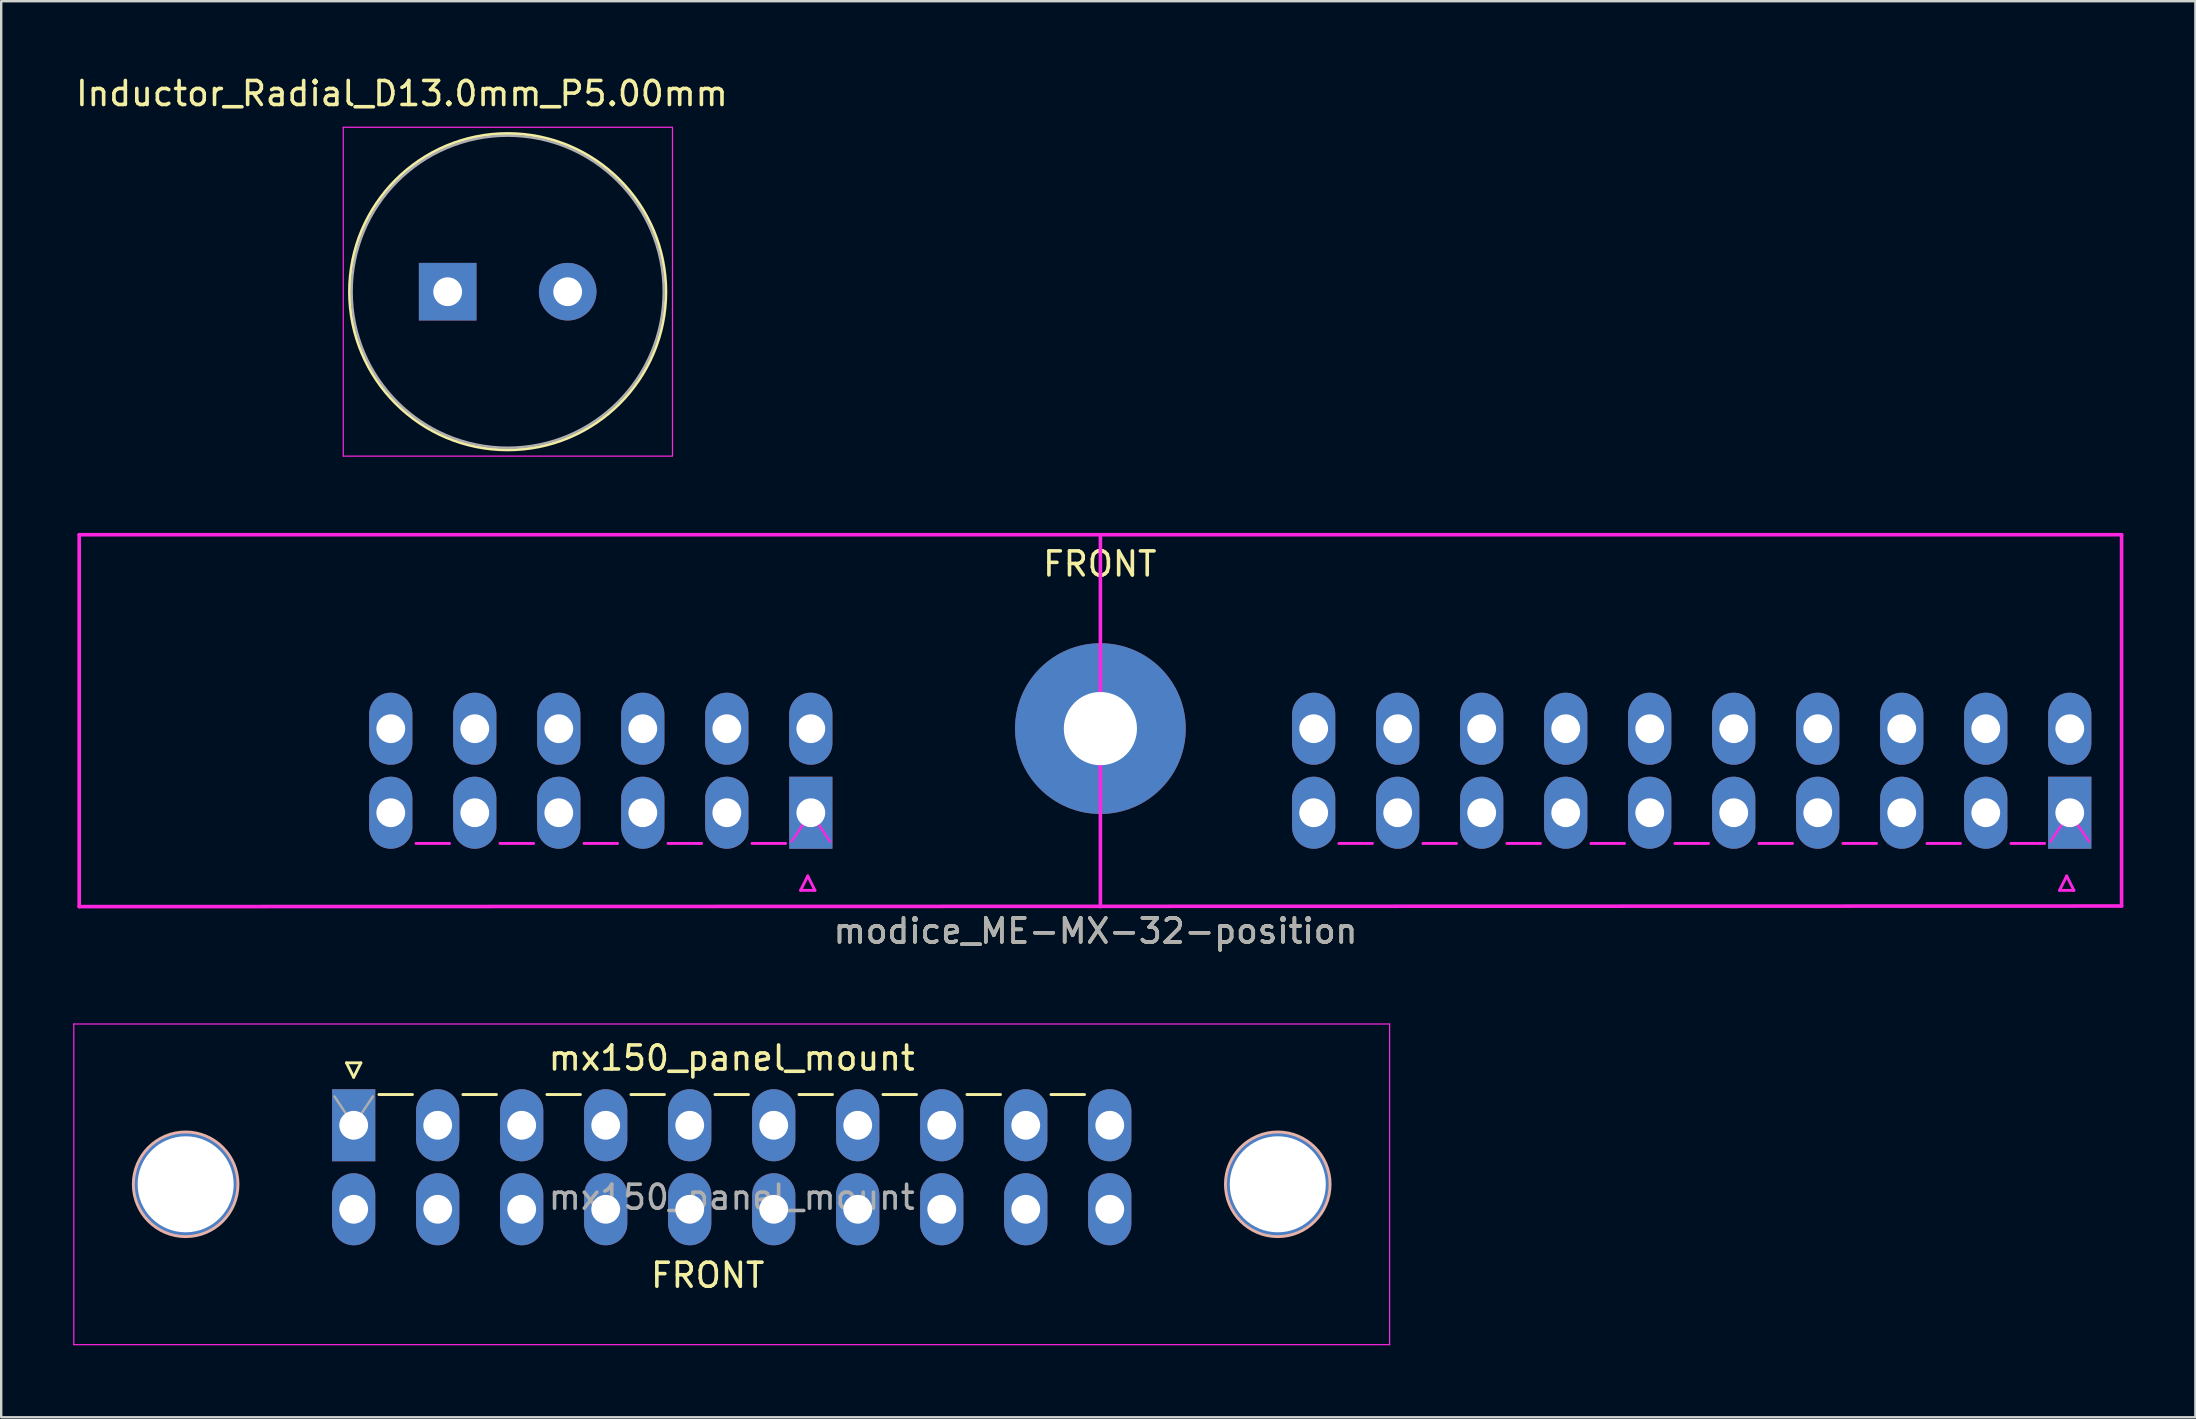
<source format=kicad_pcb>
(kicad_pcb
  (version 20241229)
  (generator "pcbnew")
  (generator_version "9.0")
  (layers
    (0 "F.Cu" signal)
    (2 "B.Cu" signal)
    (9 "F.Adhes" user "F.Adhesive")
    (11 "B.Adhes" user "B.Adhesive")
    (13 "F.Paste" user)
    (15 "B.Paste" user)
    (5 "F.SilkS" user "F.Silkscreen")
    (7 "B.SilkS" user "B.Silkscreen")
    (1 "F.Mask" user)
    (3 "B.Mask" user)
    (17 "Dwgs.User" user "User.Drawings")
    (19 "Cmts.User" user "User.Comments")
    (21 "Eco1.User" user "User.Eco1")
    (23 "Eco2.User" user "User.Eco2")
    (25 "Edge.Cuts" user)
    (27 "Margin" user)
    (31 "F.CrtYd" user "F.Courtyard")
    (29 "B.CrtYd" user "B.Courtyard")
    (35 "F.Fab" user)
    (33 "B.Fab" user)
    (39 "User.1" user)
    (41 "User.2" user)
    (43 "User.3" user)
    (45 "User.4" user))
  (footprint "Inductor_Radial_D13.0mm_P5.00mm"
    (layer "F.Cu")
    (at 15.601 9.103)
    (property "Reference" "Inductor_Radial_D13.0mm_P5.00mm" (at -1.905 -8.255 0) (layer "F.SilkS") (effects (font (size 1 1) (thickness 0.15))))
    (attr through_hole)
    (fp_circle (center 2.5 0) (end 9.09 0) (stroke (width 0.12) (type solid)) (fill no) (layer "F.SilkS"))
    (fp_line (start -4.35 -6.85) (end -4.35 6.85) (stroke (width 0.05) (type solid)) (layer "F.CrtYd"))
    (fp_line (start -4.35 6.85) (end 9.35 6.85) (stroke (width 0.05) (type solid)) (layer "F.CrtYd"))
    (fp_line (start 9.35 -6.85) (end -4.35 -6.85) (stroke (width 0.05) (type solid)) (layer "F.CrtYd"))
    (fp_line (start 9.366 -6.85) (end 9.366 6.85) (stroke (width 0.05) (type solid)) (layer "F.CrtYd"))
    (fp_circle (center 2.5 0) (end 9 0) (stroke (width 0.1) (type solid)) (fill no) (layer "F.Fab"))
    (pad "1" thru_hole rect (at 0 0) (size 2.4 2.4) (drill 1.2) (layers "*.Cu" "*.Mask"))
    (pad "2" thru_hole circle (at 5 0) (size 2.4 2.4) (drill 1.2) (layers "*.Cu" "*.Mask")))
  (footprint "modice_ME-MX-32-position"
    (layer "F.Cu")
    (at 0.25 19.228)
    (property "Reference" "modice_ME-MX-32-position" (at 42.342 16.51 180) (layer "F.SilkS") (effects (font (size 1 1) (thickness 0.15))))
    (attr through_hole)
    (fp_line (start 0 0) (end 85.09 0) (stroke (width 0.15) (type solid)) (layer "F.CrtYd"))
    (fp_line (start 0 15.494) (end 0 0) (stroke (width 0.15) (type solid)) (layer "F.CrtYd"))
    (fp_line (start 15.43 12.862) (end 14.03 12.862) (stroke (width 0.12) (type solid)) (layer "F.CrtYd"))
    (fp_line (start 18.93 12.862) (end 17.53 12.862) (stroke (width 0.12) (type solid)) (layer "F.CrtYd"))
    (fp_line (start 22.43 12.862) (end 21.03 12.862) (stroke (width 0.12) (type solid)) (layer "F.CrtYd"))
    (fp_line (start 25.93 12.862) (end 24.53 12.862) (stroke (width 0.12) (type solid)) (layer "F.CrtYd"))
    (fp_line (start 29.43 12.862) (end 28.03 12.862) (stroke (width 0.12) (type solid)) (layer "F.CrtYd"))
    (fp_line (start 29.68 12.782) (end 30.48 11.582) (stroke (width 0.1) (type solid)) (layer "F.CrtYd"))
    (fp_line (start 30.053 14.817) (end 30.353 14.217) (stroke (width 0.12) (type solid)) (layer "F.CrtYd"))
    (fp_line (start 30.353 14.217) (end 30.653 14.817) (stroke (width 0.12) (type solid)) (layer "F.CrtYd"))
    (fp_line (start 30.48 11.582) (end 31.28 12.782) (stroke (width 0.1) (type solid)) (layer "F.CrtYd"))
    (fp_line (start 30.653 14.817) (end 30.053 14.817) (stroke (width 0.12) (type solid)) (layer "F.CrtYd"))
    (fp_line (start 42.545 0) (end 42.545 15.494) (stroke (width 0.15) (type solid)) (layer "F.CrtYd"))
    (fp_line (start 53.881 12.862) (end 52.481 12.862) (stroke (width 0.12) (type solid)) (layer "F.CrtYd"))
    (fp_line (start 57.381 12.862) (end 55.981 12.862) (stroke (width 0.12) (type solid)) (layer "F.CrtYd"))
    (fp_line (start 60.881 12.862) (end 59.481 12.862) (stroke (width 0.12) (type solid)) (layer "F.CrtYd"))
    (fp_line (start 64.381 12.862) (end 62.981 12.862) (stroke (width 0.12) (type solid)) (layer "F.CrtYd"))
    (fp_line (start 67.881 12.862) (end 66.481 12.862) (stroke (width 0.12) (type solid)) (layer "F.CrtYd"))
    (fp_line (start 71.381 12.862) (end 69.981 12.862) (stroke (width 0.12) (type solid)) (layer "F.CrtYd"))
    (fp_line (start 74.881 12.862) (end 73.481 12.862) (stroke (width 0.12) (type solid)) (layer "F.CrtYd"))
    (fp_line (start 78.381 12.862) (end 76.981 12.862) (stroke (width 0.12) (type solid)) (layer "F.CrtYd"))
    (fp_line (start 81.881 12.862) (end 80.481 12.862) (stroke (width 0.12) (type solid)) (layer "F.CrtYd"))
    (fp_line (start 82.131 12.782) (end 82.931 11.582) (stroke (width 0.1) (type solid)) (layer "F.CrtYd"))
    (fp_line (start 82.504 14.817) (end 82.804 14.217) (stroke (width 0.12) (type solid)) (layer "F.CrtYd"))
    (fp_line (start 82.804 14.217) (end 83.104 14.817) (stroke (width 0.12) (type solid)) (layer "F.CrtYd"))
    (fp_line (start 82.931 11.582) (end 83.731 12.782) (stroke (width 0.1) (type solid)) (layer "F.CrtYd"))
    (fp_line (start 83.104 14.817) (end 82.504 14.817) (stroke (width 0.12) (type solid)) (layer "F.CrtYd"))
    (fp_line (start 85.09 0) (end 85.09 15.469) (stroke (width 0.15) (type solid)) (layer "F.CrtYd"))
    (fp_line (start 85.09 15.469) (end 0 15.494) (stroke (width 0.15) (type solid)) (layer "F.CrtYd"))
    (fp_text user "FRONT" (at 42.52 1.219 180) (layer "F.SilkS") (effects (font (size 1 1) (thickness 0.15))))
    (fp_text user "${REFERENCE}" (at 42.342 16.51 180) (layer "F.Fab") (effects (font (size 1 1) (thickness 0.15))))
    (pad "" thru_hole circle (at 42.545 8.077) (size 7.112 7.112) (drill 3.048) (layers "*.Cu" "*.Mask"))
    (pad "1" thru_hole rect (at 82.931 11.582 180) (size 1.8 3) (drill 1.2) (layers "*.Cu" "*.Mask"))
    (pad "2" thru_hole oval (at 79.431 11.582 180) (size 1.8 3) (drill 1.2) (layers "*.Cu" "*.Mask"))
    (pad "3" thru_hole oval (at 75.931 11.582 180) (size 1.8 3) (drill 1.2) (layers "*.Cu" "*.Mask"))
    (pad "4" thru_hole oval (at 72.431 11.582 180) (size 1.8 3) (drill 1.2) (layers "*.Cu" "*.Mask"))
    (pad "5" thru_hole oval (at 68.931 11.582 180) (size 1.8 3) (drill 1.2) (layers "*.Cu" "*.Mask"))
    (pad "6" thru_hole oval (at 65.431 11.582 180) (size 1.8 3) (drill 1.2) (layers "*.Cu" "*.Mask"))
    (pad "7" thru_hole oval (at 61.931 11.582 180) (size 1.8 3) (drill 1.2) (layers "*.Cu" "*.Mask"))
    (pad "8" thru_hole oval (at 58.431 11.582 180) (size 1.8 3) (drill 1.2) (layers "*.Cu" "*.Mask"))
    (pad "9" thru_hole oval (at 54.931 11.582 180) (size 1.8 3) (drill 1.2) (layers "*.Cu" "*.Mask"))
    (pad "10" thru_hole oval (at 51.431 11.582 180) (size 1.8 3) (drill 1.2) (layers "*.Cu" "*.Mask"))
    (pad "11" thru_hole oval (at 82.931 8.082 180) (size 1.8 3) (drill 1.2) (layers "*.Cu" "*.Mask"))
    (pad "12" thru_hole oval (at 79.431 8.082 180) (size 1.8 3) (drill 1.2) (layers "*.Cu" "*.Mask"))
    (pad "13" thru_hole oval (at 75.931 8.082 180) (size 1.8 3) (drill 1.2) (layers "*.Cu" "*.Mask"))
    (pad "14" thru_hole oval (at 72.431 8.082 180) (size 1.8 3) (drill 1.2) (layers "*.Cu" "*.Mask"))
    (pad "15" thru_hole oval (at 68.931 8.082 180) (size 1.8 3) (drill 1.2) (layers "*.Cu" "*.Mask"))
    (pad "16" thru_hole oval (at 65.431 8.082 180) (size 1.8 3) (drill 1.2) (layers "*.Cu" "*.Mask"))
    (pad "17" thru_hole oval (at 61.931 8.082 180) (size 1.8 3) (drill 1.2) (layers "*.Cu" "*.Mask"))
    (pad "18" thru_hole oval (at 58.431 8.082 180) (size 1.8 3) (drill 1.2) (layers "*.Cu" "*.Mask"))
    (pad "19" thru_hole oval (at 54.931 8.082 180) (size 1.8 3) (drill 1.2) (layers "*.Cu" "*.Mask"))
    (pad "20" thru_hole oval (at 51.431 8.082 180) (size 1.8 3) (drill 1.2) (layers "*.Cu" "*.Mask"))
    (pad "21" thru_hole rect (at 30.48 11.582 180) (size 1.8 3) (drill 1.2) (layers "*.Cu" "*.Mask"))
    (pad "22" thru_hole oval (at 26.98 11.582 180) (size 1.8 3) (drill 1.2) (layers "*.Cu" "*.Mask"))
    (pad "23" thru_hole oval (at 23.48 11.582 180) (size 1.8 3) (drill 1.2) (layers "*.Cu" "*.Mask"))
    (pad "24" thru_hole oval (at 19.98 11.582 180) (size 1.8 3) (drill 1.2) (layers "*.Cu" "*.Mask"))
    (pad "25" thru_hole oval (at 16.48 11.582 180) (size 1.8 3) (drill 1.2) (layers "*.Cu" "*.Mask"))
    (pad "26" thru_hole oval (at 12.98 11.582 180) (size 1.8 3) (drill 1.2) (layers "*.Cu" "*.Mask"))
    (pad "27" thru_hole oval (at 30.48 8.082 180) (size 1.8 3) (drill 1.2) (layers "*.Cu" "*.Mask"))
    (pad "28" thru_hole oval (at 26.98 8.082 180) (size 1.8 3) (drill 1.2) (layers "*.Cu" "*.Mask"))
    (pad "29" thru_hole oval (at 23.48 8.082 180) (size 1.8 3) (drill 1.2) (layers "*.Cu" "*.Mask"))
    (pad "30" thru_hole oval (at 19.98 8.082 180) (size 1.8 3) (drill 1.2) (layers "*.Cu" "*.Mask"))
    (pad "31" thru_hole oval (at 16.48 8.082 180) (size 1.8 3) (drill 1.2) (layers "*.Cu" "*.Mask"))
    (pad "32" thru_hole oval (at 12.98 8.082 180) (size 1.8 3) (drill 1.2) (layers "*.Cu" "*.Mask")))
  (footprint "mx150_panel_mount"
    (layer "F.Cu")
    (at 11.685 43.831)
    (property "Reference" "mx150_panel_mount" (at 15.75 -2.8 0) (layer "F.SilkS") (effects (font (size 1 1) (thickness 0.15))))
    (attr through_hole)
    (fp_line (start -0.3 -2.6) (end 0.3 -2.6) (stroke (width 0.12) (type solid)) (layer "F.SilkS"))
    (fp_line (start 0 -2) (end -0.3 -2.6) (stroke (width 0.12) (type solid)) (layer "F.SilkS"))
    (fp_line (start 0.3 -2.6) (end 0 -2) (stroke (width 0.12) (type solid)) (layer "F.SilkS"))
    (fp_line (start 1.05 -1.28) (end 2.45 -1.28) (stroke (width 0.12) (type solid)) (layer "F.SilkS"))
    (fp_line (start 4.55 -1.28) (end 5.95 -1.28) (stroke (width 0.12) (type solid)) (layer "F.SilkS"))
    (fp_line (start 8.05 -1.28) (end 9.45 -1.28) (stroke (width 0.12) (type solid)) (layer "F.SilkS"))
    (fp_line (start 11.55 -1.28) (end 12.95 -1.28) (stroke (width 0.12) (type solid)) (layer "F.SilkS"))
    (fp_line (start 15.05 -1.28) (end 16.45 -1.28) (stroke (width 0.12) (type solid)) (layer "F.SilkS"))
    (fp_line (start 18.55 -1.28) (end 19.95 -1.28) (stroke (width 0.12) (type solid)) (layer "F.SilkS"))
    (fp_line (start 22.05 -1.28) (end 23.45 -1.28) (stroke (width 0.12) (type solid)) (layer "F.SilkS"))
    (fp_line (start 25.55 -1.28) (end 26.95 -1.28) (stroke (width 0.12) (type solid)) (layer "F.SilkS"))
    (fp_line (start 29.05 -1.28) (end 30.45 -1.28) (stroke (width 0.12) (type solid)) (layer "F.SilkS"))
    (fp_circle (center -7 2.46) (end -4.82 2.46) (stroke (width 0.12) (type solid)) (fill no) (layer "B.SilkS"))
    (fp_circle (center 38.5 2.46) (end 40.68 2.46) (stroke (width 0.12) (type solid)) (fill no) (layer "B.SilkS"))
    (fp_line (start -11.66 -4.22) (end -11.66 9.14) (stroke (width 0.05) (type solid)) (layer "F.CrtYd"))
    (fp_line (start -11.66 9.14) (end 43.16 9.14) (stroke (width 0.05) (type solid)) (layer "F.CrtYd"))
    (fp_line (start 43.16 -4.22) (end -11.66 -4.22) (stroke (width 0.05) (type solid)) (layer "F.CrtYd"))
    (fp_line (start 43.16 9.14) (end 43.16 -4.22) (stroke (width 0.05) (type solid)) (layer "F.CrtYd"))
    (fp_line (start 0 0) (end -0.8 -1.2) (stroke (width 0.1) (type solid)) (layer "F.Fab"))
    (fp_line (start 0.8 -1.2) (end 0 0) (stroke (width 0.1) (type solid)) (layer "F.Fab"))
    (fp_text user "FRONT" (at 14.75 6.25 0) (layer "F.SilkS") (effects (font (size 1 1) (thickness 0.15))))
    (fp_text user "${REFERENCE}" (at 15.75 3 0) (layer "F.Fab") (effects (font (size 1 1) (thickness 0.15))))
    (pad "" thru_hole circle (at -7 2.46) (size 4.4 4.4) (drill 4) (layers "*.Cu" "*.Mask"))
    (pad "" thru_hole circle (at 38.5 2.46) (size 4.4 4.4) (drill 4) (layers "*.Cu" "*.Mask"))
    (pad "1" thru_hole rect (at 0 0) (size 1.8 3) (drill 1.2) (layers "*.Cu" "*.Mask"))
    (pad "2" thru_hole oval (at 3.5 0) (size 1.8 3) (drill 1.2) (layers "*.Cu" "*.Mask"))
    (pad "3" thru_hole oval (at 7 0) (size 1.8 3) (drill 1.2) (layers "*.Cu" "*.Mask"))
    (pad "4" thru_hole oval (at 10.5 0) (size 1.8 3) (drill 1.2) (layers "*.Cu" "*.Mask"))
    (pad "5" thru_hole oval (at 14 0) (size 1.8 3) (drill 1.2) (layers "*.Cu" "*.Mask"))
    (pad "6" thru_hole oval (at 17.5 0) (size 1.8 3) (drill 1.2) (layers "*.Cu" "*.Mask"))
    (pad "7" thru_hole oval (at 21 0) (size 1.8 3) (drill 1.2) (layers "*.Cu" "*.Mask"))
    (pad "8" thru_hole oval (at 24.5 0) (size 1.8 3) (drill 1.2) (layers "*.Cu" "*.Mask"))
    (pad "9" thru_hole oval (at 28 0) (size 1.8 3) (drill 1.2) (layers "*.Cu" "*.Mask"))
    (pad "10" thru_hole oval (at 31.5 0) (size 1.8 3) (drill 1.2) (layers "*.Cu" "*.Mask"))
    (pad "11" thru_hole oval (at 0 3.5) (size 1.8 3) (drill 1.2) (layers "*.Cu" "*.Mask"))
    (pad "12" thru_hole oval (at 3.5 3.5) (size 1.8 3) (drill 1.2) (layers "*.Cu" "*.Mask"))
    (pad "13" thru_hole oval (at 7 3.5) (size 1.8 3) (drill 1.2) (layers "*.Cu" "*.Mask"))
    (pad "14" thru_hole oval (at 10.5 3.5) (size 1.8 3) (drill 1.2) (layers "*.Cu" "*.Mask"))
    (pad "15" thru_hole oval (at 14 3.5) (size 1.8 3) (drill 1.2) (layers "*.Cu" "*.Mask"))
    (pad "16" thru_hole oval (at 17.5 3.5) (size 1.8 3) (drill 1.2) (layers "*.Cu" "*.Mask"))
    (pad "17" thru_hole oval (at 21 3.5) (size 1.8 3) (drill 1.2) (layers "*.Cu" "*.Mask"))
    (pad "18" thru_hole oval (at 24.5 3.5) (size 1.8 3) (drill 1.2) (layers "*.Cu" "*.Mask"))
    (pad "19" thru_hole oval (at 28 3.5) (size 1.8 3) (drill 1.2) (layers "*.Cu" "*.Mask"))
    (pad "20" thru_hole oval (at 31.5 3.5) (size 1.8 3) (drill 1.2) (layers "*.Cu" "*.Mask")))
  (gr_rect
    (start -3 -3)
    (end 88.415 55.996)
    (stroke (width 0.1) (type default))
    (fill no)
    (layer "Edge.Cuts")))
</source>
